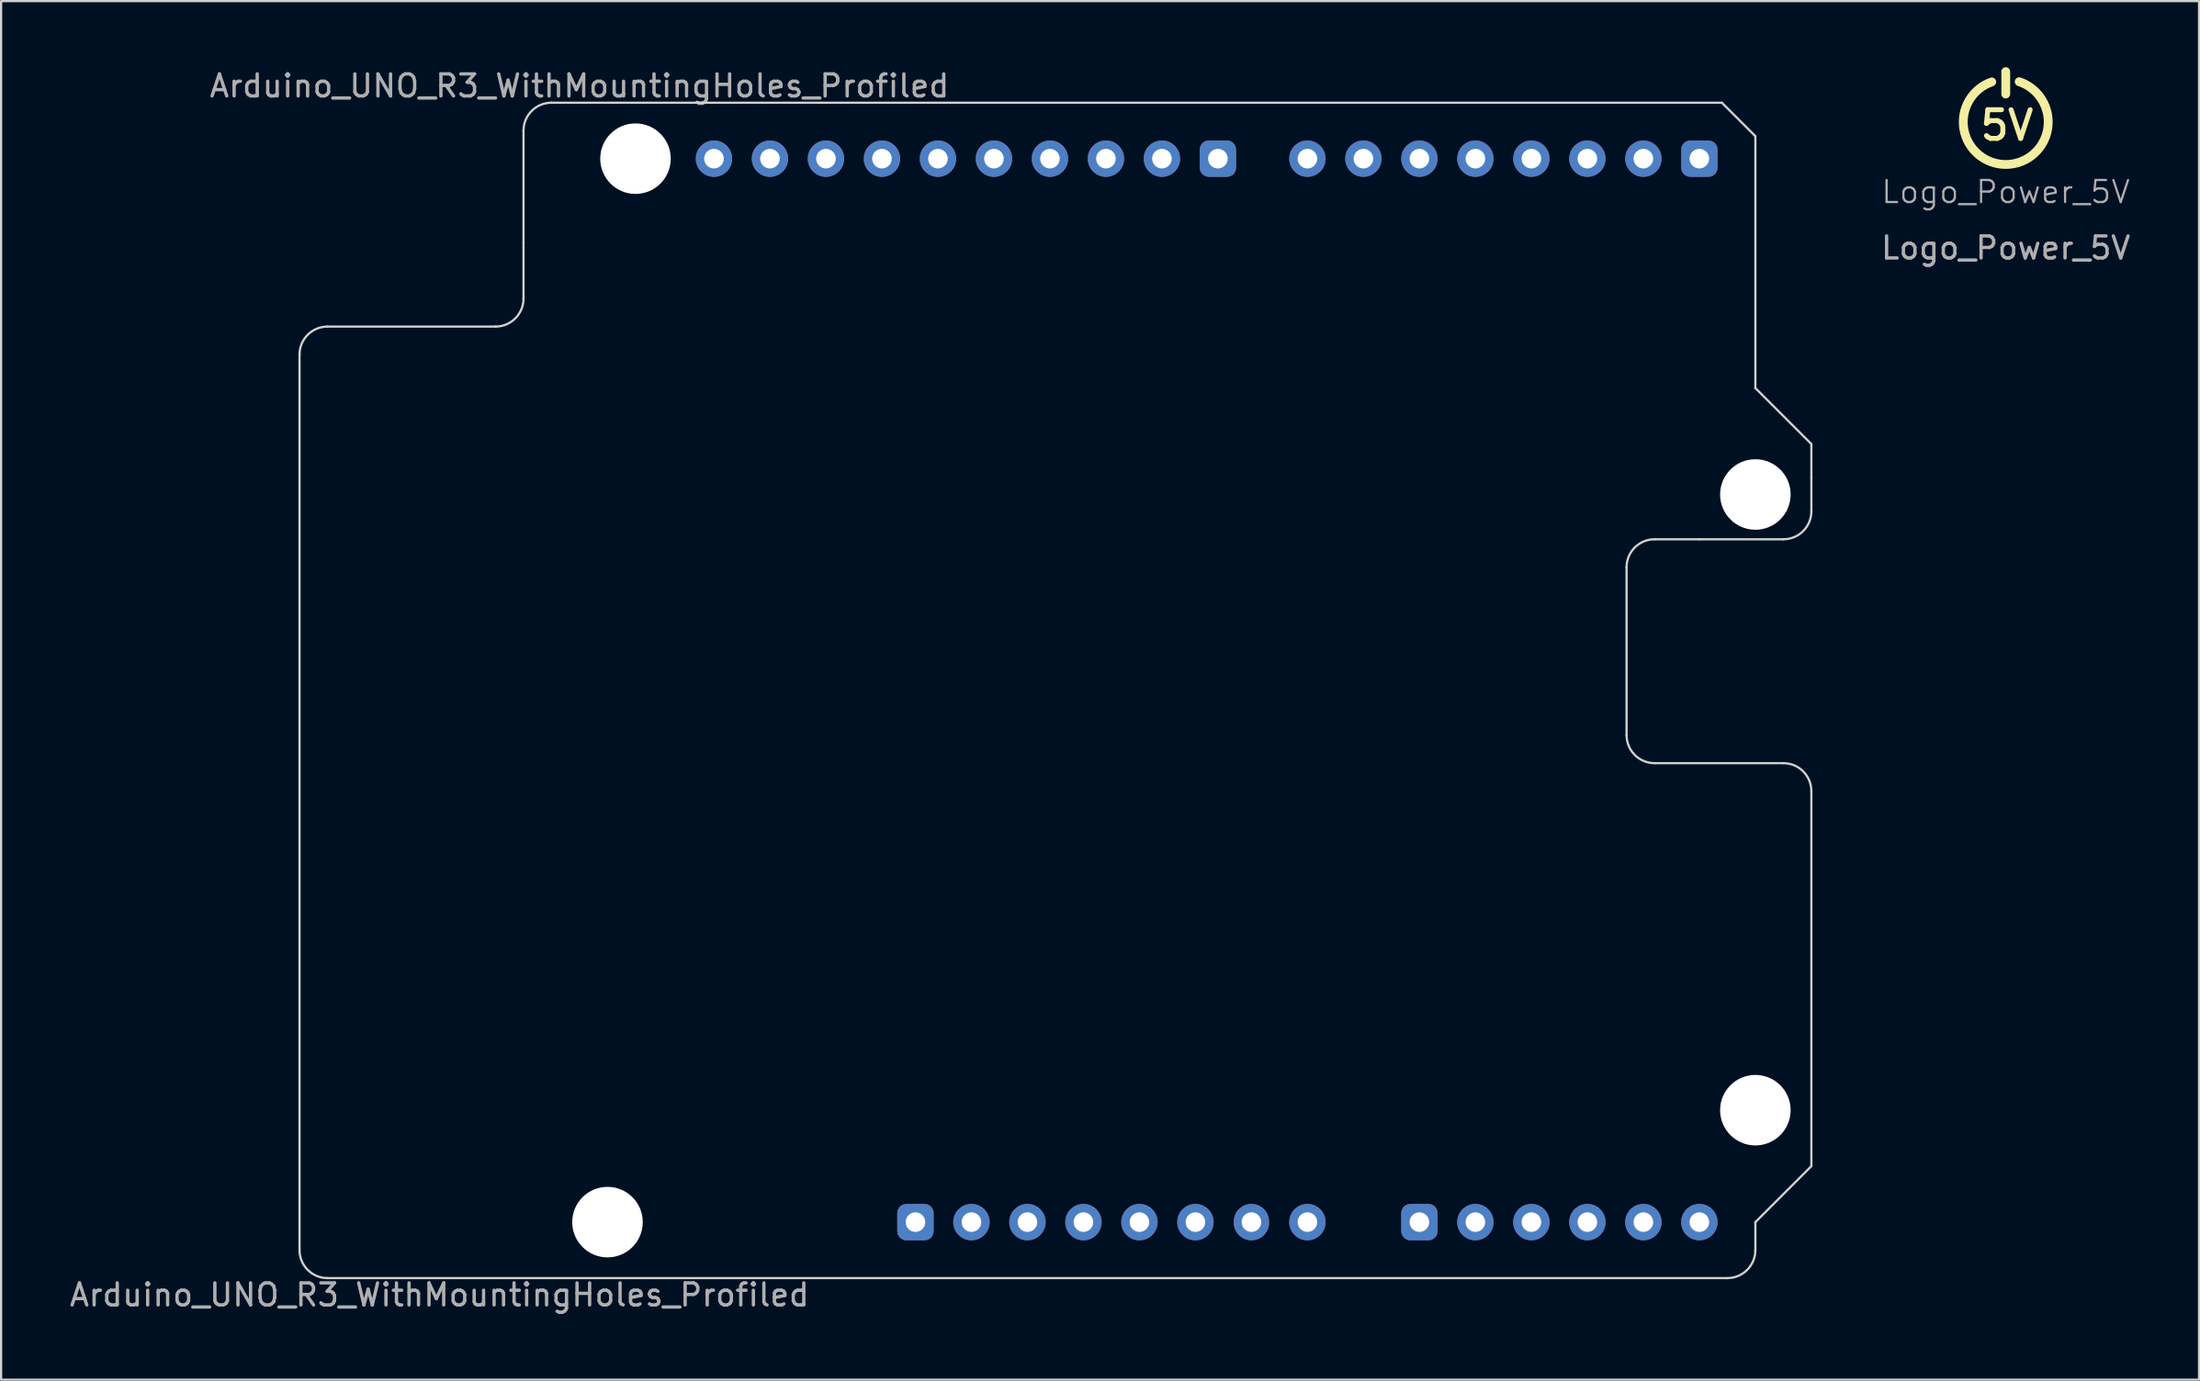
<source format=kicad_pcb>
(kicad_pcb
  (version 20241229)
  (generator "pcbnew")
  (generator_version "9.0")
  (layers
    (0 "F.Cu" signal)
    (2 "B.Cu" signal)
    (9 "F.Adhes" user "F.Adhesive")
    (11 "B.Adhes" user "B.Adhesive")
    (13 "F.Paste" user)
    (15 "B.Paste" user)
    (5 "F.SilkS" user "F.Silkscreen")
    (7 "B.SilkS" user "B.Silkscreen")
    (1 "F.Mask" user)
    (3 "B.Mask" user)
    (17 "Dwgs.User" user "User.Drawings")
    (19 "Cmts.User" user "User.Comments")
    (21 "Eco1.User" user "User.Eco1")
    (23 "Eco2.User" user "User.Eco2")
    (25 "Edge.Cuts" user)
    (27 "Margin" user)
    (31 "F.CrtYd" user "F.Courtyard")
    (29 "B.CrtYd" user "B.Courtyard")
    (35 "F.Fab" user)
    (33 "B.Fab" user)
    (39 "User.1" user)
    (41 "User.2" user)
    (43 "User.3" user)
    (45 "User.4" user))
  (footprint "Logo_Power_5V"
    (layer "F.Cu")
    (at 87.935 2.486)
    (property "Reference" "Logo_Power_5V" (at 0 3.175 0) (unlocked yes) (layer "F.Fab") (effects (font (size 1 1) (thickness 0.1))))
    (attr smd)
    (fp_line (start 0 -2.286) (end 0 -1.27) (stroke (width 0.4) (type default)) (layer "F.SilkS"))
    (fp_arc (start 0.609456 -1.82837) (mid 0.013495 1.927222) (end -0.635 -1.819656) (stroke (width 0.4) (type default)) (layer "F.SilkS"))
    (fp_text user "5V" (at -1.27 0.914 0) (unlocked yes) (layer "F.SilkS") (effects (font (size 1.3 1.3) (thickness 0.225) (bold yes)) (justify left bottom)))
    (fp_text user "${REFERENCE}" (at 0 5.715 0) (unlocked yes) (layer "F.Fab") (effects (font (size 1 1) (thickness 0.15)))))
  (footprint "Arduino_UNO_R3_WithMountingHoles_Profiled"
    (layer "F.Cu")
    (at 10.537 4.15)
    (property "Reference" "Arduino_UNO_R3_WithMountingHoles_Profiled" (at 12.7 -3.302 180) (layer "F.Fab") (effects (font (size 1 1) (thickness 0.15))))
    (attr through_hole)
    (fp_line (start 0 8.89) (end 0 49.53) (stroke (width 0.1) (type solid)) (layer "Edge.Cuts"))
    (fp_line (start 1.27 50.8) (end 64.77 50.8) (stroke (width 0.1) (type solid)) (layer "Edge.Cuts"))
    (fp_line (start 8.89 7.62) (end 1.27 7.62) (stroke (width 0.1) (type default)) (layer "Edge.Cuts"))
    (fp_line (start 10.16 -1.27) (end 10.16 3.81) (stroke (width 0.1) (type default)) (layer "Edge.Cuts"))
    (fp_line (start 10.16 3.81) (end 10.16 6.35) (stroke (width 0.1) (type default)) (layer "Edge.Cuts"))
    (fp_line (start 60.198 18.542) (end 60.198 26.162) (stroke (width 0.1) (type default)) (layer "Edge.Cuts"))
    (fp_line (start 61.468 27.432) (end 67.31 27.432) (stroke (width 0.1) (type default)) (layer "Edge.Cuts"))
    (fp_line (start 63.5 17.272) (end 61.468 17.272) (stroke (width 0.1) (type default)) (layer "Edge.Cuts"))
    (fp_line (start 64.52 -2.54) (end 11.43 -2.54) (stroke (width 0.1) (type solid)) (layer "Edge.Cuts"))
    (fp_line (start 66.04 -1.02) (end 64.52 -2.54) (stroke (width 0.1) (type solid)) (layer "Edge.Cuts"))
    (fp_line (start 66.04 10.41) (end 66.04 -1.02) (stroke (width 0.1) (type solid)) (layer "Edge.Cuts"))
    (fp_line (start 66.04 48.26) (end 68.58 45.72) (stroke (width 0.1) (type solid)) (layer "Edge.Cuts"))
    (fp_line (start 66.04 49.53) (end 66.04 48.26) (stroke (width 0.1) (type solid)) (layer "Edge.Cuts"))
    (fp_line (start 67.31 17.272) (end 63.5 17.272) (stroke (width 0.1) (type default)) (layer "Edge.Cuts"))
    (fp_line (start 68.58 12.95) (end 66.04 10.41) (stroke (width 0.1) (type solid)) (layer "Edge.Cuts"))
    (fp_line (start 68.58 14.478) (end 68.58 12.95) (stroke (width 0.1) (type default)) (layer "Edge.Cuts"))
    (fp_line (start 68.58 16.002) (end 68.58 14.478) (stroke (width 0.1) (type default)) (layer "Edge.Cuts"))
    (fp_line (start 68.58 45.72) (end 68.58 28.702) (stroke (width 0.1) (type solid)) (layer "Edge.Cuts"))
    (fp_arc (start 0 8.89) (mid 0.371974 7.991974) (end 1.27 7.62) (stroke (width 0.1) (type default)) (layer "Edge.Cuts"))
    (fp_arc (start 1.27 50.8) (mid 0.371974 50.428026) (end 0 49.53) (stroke (width 0.1) (type default)) (layer "Edge.Cuts"))
    (fp_arc (start 10.16 -1.27) (mid 10.531974 -2.168026) (end 11.43 -2.54) (stroke (width 0.1) (type default)) (layer "Edge.Cuts"))
    (fp_arc (start 10.16 6.35) (mid 9.788026 7.248026) (end 8.89 7.62) (stroke (width 0.1) (type default)) (layer "Edge.Cuts"))
    (fp_arc (start 60.198 18.542) (mid 60.569974 17.643974) (end 61.468 17.272) (stroke (width 0.1) (type default)) (layer "Edge.Cuts"))
    (fp_arc (start 61.468 27.432) (mid 60.569974 27.060026) (end 60.198 26.162) (stroke (width 0.1) (type default)) (layer "Edge.Cuts"))
    (fp_arc (start 66.04 49.53) (mid 65.668026 50.428026) (end 64.77 50.8) (stroke (width 0.1) (type default)) (layer "Edge.Cuts"))
    (fp_arc (start 67.31 27.432) (mid 68.208026 27.803974) (end 68.58 28.702) (stroke (width 0.1) (type default)) (layer "Edge.Cuts"))
    (fp_arc (start 68.58 16.002) (mid 68.208026 16.900026) (end 67.31 17.272) (stroke (width 0.1) (type default)) (layer "Edge.Cuts"))
    (fp_line (start 0.102 8.788) (end 0.152 49.632) (stroke (width 0.1) (type default)) (layer "Margin"))
    (fp_line (start 1.168 7.722) (end 8.941 7.722) (stroke (width 0.1) (type default)) (layer "Margin"))
    (fp_line (start 1.219 50.698) (end 64.821 50.698) (stroke (width 0.1) (type default)) (layer "Margin"))
    (fp_line (start 10.262 -1.321) (end 10.262 6.401) (stroke (width 0.1) (type default)) (layer "Margin"))
    (fp_line (start 60.096 18.542) (end 60.096 26.213) (stroke (width 0.1) (type default)) (layer "Margin"))
    (fp_line (start 61.417 27.534) (end 67.361 27.534) (stroke (width 0.1) (type default)) (layer "Margin"))
    (fp_line (start 64.465 -2.438) (end 11.379 -2.438) (stroke (width 0.1) (type default)) (layer "Margin"))
    (fp_line (start 65.938 -0.965) (end 64.465 -2.438) (stroke (width 0.1) (type default)) (layer "Margin"))
    (fp_line (start 65.938 10.465) (end 65.938 -0.965) (stroke (width 0.1) (type default)) (layer "Margin"))
    (fp_line (start 65.938 48.209) (end 68.478 45.669) (stroke (width 0.1) (type default)) (layer "Margin"))
    (fp_line (start 65.938 49.581) (end 65.938 48.209) (stroke (width 0.1) (type default)) (layer "Margin"))
    (fp_line (start 67.361 17.17) (end 61.519 17.17) (stroke (width 0.1) (type default)) (layer "Margin"))
    (fp_line (start 68.478 13.005) (end 65.938 10.465) (stroke (width 0.1) (type default)) (layer "Margin"))
    (fp_line (start 68.478 13.005) (end 68.478 16.053) (stroke (width 0.1) (type default)) (layer "Margin"))
    (fp_line (start 68.478 45.669) (end 68.478 28.651) (stroke (width 0.1) (type default)) (layer "Margin"))
    (fp_arc (start 0.1016 8.7884) (mid 0.414058 8.034058) (end 1.1684 7.7216) (stroke (width 0.1) (type default)) (layer "Margin"))
    (fp_arc (start 1.2192 50.6984) (mid 0.464858 50.385942) (end 0.1524 49.6316) (stroke (width 0.1) (type default)) (layer "Margin"))
    (fp_arc (start 10.2616 -1.3208) (mid 10.588937 -2.111063) (end 11.3792 -2.4384) (stroke (width 0.1) (type default)) (layer "Margin"))
    (fp_arc (start 10.2616 6.4008) (mid 9.874747 7.334747) (end 8.9408 7.7216) (stroke (width 0.1) (type default)) (layer "Margin"))
    (fp_arc (start 60.0964 18.542) (mid 60.498132 17.572132) (end 61.468 17.1704) (stroke (width 0.1) (type default)) (layer "Margin"))
    (fp_arc (start 61.4172 27.5336) (mid 60.483253 27.146747) (end 60.0964 26.2128) (stroke (width 0.1) (type default)) (layer "Margin"))
    (fp_arc (start 65.9384 49.5808) (mid 65.611063 50.371063) (end 64.8208 50.6984) (stroke (width 0.1) (type default)) (layer "Margin"))
    (fp_arc (start 67.3608 27.5336) (mid 68.151063 27.860937) (end 68.4784 28.6512) (stroke (width 0.1) (type default)) (layer "Margin"))
    (fp_arc (start 68.4784 16.0528) (mid 68.151063 16.843063) (end 67.3608 17.1704) (stroke (width 0.1) (type default)) (layer "Margin"))
    (fp_text user "${REFERENCE}" (at 6.35 51.562 180) (layer "F.Fab") (effects (font (size 1 1) (thickness 0.15))))
    (pad "" np_thru_hole circle (at 13.97 48.26 270) (size 3.2 3.2) (drill 3.2) (layers "*.Cu" "*.Mask"))
    (pad "" np_thru_hole circle (at 15.24 0 270) (size 3.2 3.2) (drill 3.2) (layers "*.Cu" "*.Mask"))
    (pad "" np_thru_hole circle (at 66.04 15.24 270) (size 3.2 3.2) (drill 3.2) (layers "*.Cu" "*.Mask"))
    (pad "" np_thru_hole circle (at 66.04 43.18 270) (size 3.2 3.2) (drill 3.2) (layers "*.Cu" "*.Mask"))
    (pad "1" thru_hole roundrect (at 27.94 48.26 270) (size 1.651 1.651) (drill 0.889) (layers "*.Cu" "*.Mask") (roundrect_rratio 0.25))
    (pad "2" thru_hole circle (at 30.48 48.26 270) (size 1.651 1.651) (drill 0.889) (layers "*.Cu" "*.Mask"))
    (pad "3" thru_hole circle (at 33.02 48.26 270) (size 1.651 1.651) (drill 0.889) (layers "*.Cu" "*.Mask"))
    (pad "4" thru_hole circle (at 35.56 48.26 270) (size 1.651 1.651) (drill 0.889) (layers "*.Cu" "*.Mask"))
    (pad "5" thru_hole circle (at 38.1 48.26 270) (size 1.651 1.651) (drill 0.889) (layers "*.Cu" "*.Mask"))
    (pad "6" thru_hole circle (at 40.64 48.26 270) (size 1.651 1.651) (drill 0.889) (layers "*.Cu" "*.Mask"))
    (pad "7" thru_hole oval (at 43.18 48.26 270) (size 1.651 1.6) (drill 0.889) (layers "*.Cu" "*.Mask"))
    (pad "8" thru_hole circle (at 45.72 48.26 270) (size 1.651 1.651) (drill 0.889) (layers "*.Cu" "*.Mask"))
    (pad "9" thru_hole roundrect (at 50.8 48.26 270) (size 1.651 1.651) (drill 0.889) (layers "*.Cu" "*.Mask") (roundrect_rratio 0.25))
    (pad "10" thru_hole circle (at 53.34 48.26 270) (size 1.651 1.651) (drill 0.889) (layers "*.Cu" "*.Mask"))
    (pad "11" thru_hole circle (at 55.88 48.26 270) (size 1.651 1.651) (drill 0.889) (layers "*.Cu" "*.Mask"))
    (pad "12" thru_hole circle (at 58.42 48.26 270) (size 1.651 1.651) (drill 0.889) (layers "*.Cu" "*.Mask"))
    (pad "13" thru_hole circle (at 60.96 48.26 270) (size 1.651 1.651) (drill 0.889) (layers "*.Cu" "*.Mask"))
    (pad "14" thru_hole circle (at 63.5 48.26 270) (size 1.651 1.651) (drill 0.889) (layers "*.Cu" "*.Mask"))
    (pad "15" thru_hole roundrect (at 63.5 0 270) (size 1.651 1.651) (drill 0.889) (layers "*.Cu" "*.Mask") (roundrect_rratio 0.25))
    (pad "16" thru_hole circle (at 60.96 0 270) (size 1.651 1.651) (drill 0.889) (layers "*.Cu" "*.Mask"))
    (pad "17" thru_hole circle (at 58.42 0 270) (size 1.651 1.651) (drill 0.889) (layers "*.Cu" "*.Mask"))
    (pad "18" thru_hole circle (at 55.88 0 270) (size 1.651 1.651) (drill 0.889) (layers "*.Cu" "*.Mask"))
    (pad "19" thru_hole circle (at 53.34 0 270) (size 1.651 1.651) (drill 0.889) (layers "*.Cu" "*.Mask"))
    (pad "20" thru_hole circle (at 50.8 0 270) (size 1.651 1.651) (drill 0.889) (layers "*.Cu" "*.Mask"))
    (pad "21" thru_hole circle (at 48.26 0 270) (size 1.651 1.651) (drill 0.889) (layers "*.Cu" "*.Mask"))
    (pad "22" thru_hole circle (at 45.72 0 270) (size 1.651 1.651) (drill 0.889) (layers "*.Cu" "*.Mask"))
    (pad "23" thru_hole roundrect (at 41.66 0 270) (size 1.651 1.651) (drill 0.889) (layers "*.Cu" "*.Mask") (roundrect_rratio 0.25))
    (pad "24" thru_hole circle (at 39.12 0 270) (size 1.651 1.651) (drill 0.889) (layers "*.Cu" "*.Mask"))
    (pad "25" thru_hole circle (at 36.58 0 270) (size 1.651 1.651) (drill 0.889) (layers "*.Cu" "*.Mask"))
    (pad "26" thru_hole circle (at 34.04 0 270) (size 1.651 1.651) (drill 0.889) (layers "*.Cu" "*.Mask"))
    (pad "27" thru_hole circle (at 31.5 0 270) (size 1.651 1.651) (drill 0.889) (layers "*.Cu" "*.Mask"))
    (pad "28" thru_hole circle (at 28.96 0 270) (size 1.651 1.651) (drill 0.889) (layers "*.Cu" "*.Mask"))
    (pad "29" thru_hole circle (at 26.42 0 270) (size 1.651 1.651) (drill 0.889) (layers "*.Cu" "*.Mask"))
    (pad "30" thru_hole circle (at 23.88 0 270) (size 1.651 1.651) (drill 0.889) (layers "*.Cu" "*.Mask"))
    (pad "31" thru_hole circle (at 21.34 0 270) (size 1.651 1.651) (drill 0.889) (layers "*.Cu" "*.Mask"))
    (pad "32" thru_hole circle (at 18.8 0 270) (size 1.651 1.651) (drill 0.889) (layers "*.Cu" "*.Mask")))
  (gr_rect
    (start -3 -3)
    (end 96.703 59.56)
    (stroke (width 0.1) (type default))
    (fill no)
    (layer "Edge.Cuts")))
</source>
